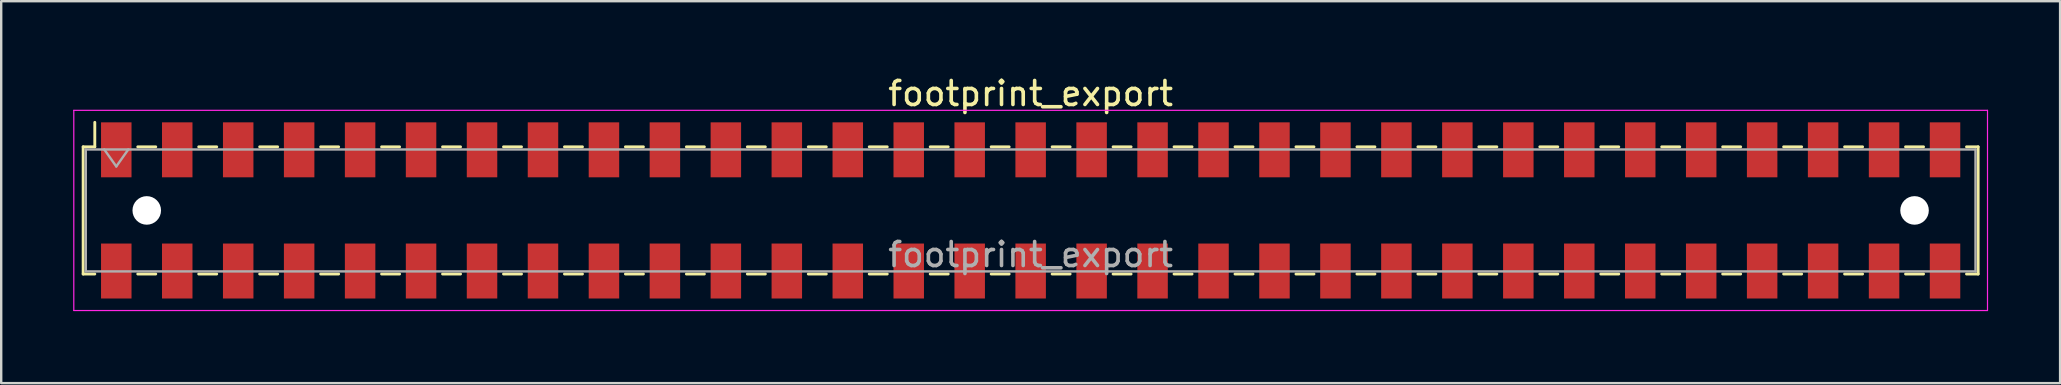
<source format=kicad_pcb>
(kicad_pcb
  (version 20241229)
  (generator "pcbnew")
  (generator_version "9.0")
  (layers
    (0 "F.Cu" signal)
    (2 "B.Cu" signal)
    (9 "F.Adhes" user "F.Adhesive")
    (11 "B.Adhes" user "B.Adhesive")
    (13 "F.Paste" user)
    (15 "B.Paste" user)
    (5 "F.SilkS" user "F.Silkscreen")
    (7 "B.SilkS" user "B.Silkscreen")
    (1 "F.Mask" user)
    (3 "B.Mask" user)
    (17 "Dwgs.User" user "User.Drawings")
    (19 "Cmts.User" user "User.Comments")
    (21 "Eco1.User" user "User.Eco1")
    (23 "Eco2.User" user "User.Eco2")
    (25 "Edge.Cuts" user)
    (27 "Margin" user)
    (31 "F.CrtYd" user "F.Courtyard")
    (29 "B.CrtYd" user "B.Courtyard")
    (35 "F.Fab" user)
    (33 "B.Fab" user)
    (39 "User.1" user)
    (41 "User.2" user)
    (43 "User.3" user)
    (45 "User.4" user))
  (footprint "footprint_export"
    (layer "F.Cu")
    (at 39.895 5.718)
    (property "Reference" "footprint_export" (at 0 -4.87 0) (layer "F.SilkS") (effects (font (size 1 1) (thickness 0.15))))
    (attr smd)
    (fp_line (start -39.48 -2.65) (end -39.48 2.65) (stroke (width 0.12) (type solid)) (layer "F.SilkS"))
    (fp_line (start -39.48 2.65) (end -38.995 2.65) (stroke (width 0.12) (type solid)) (layer "F.SilkS"))
    (fp_line (start -38.995 -3.67) (end -38.995 -2.65) (stroke (width 0.12) (type solid)) (layer "F.SilkS"))
    (fp_line (start -38.995 -2.65) (end -39.48 -2.65) (stroke (width 0.12) (type solid)) (layer "F.SilkS"))
    (fp_line (start -37.205 -2.65) (end -36.455 -2.65) (stroke (width 0.12) (type solid)) (layer "F.SilkS"))
    (fp_line (start -37.205 2.65) (end -36.455 2.65) (stroke (width 0.12) (type solid)) (layer "F.SilkS"))
    (fp_line (start -34.665 -2.65) (end -33.915 -2.65) (stroke (width 0.12) (type solid)) (layer "F.SilkS"))
    (fp_line (start -34.665 2.65) (end -33.915 2.65) (stroke (width 0.12) (type solid)) (layer "F.SilkS"))
    (fp_line (start -32.125 -2.65) (end -31.375 -2.65) (stroke (width 0.12) (type solid)) (layer "F.SilkS"))
    (fp_line (start -32.125 2.65) (end -31.375 2.65) (stroke (width 0.12) (type solid)) (layer "F.SilkS"))
    (fp_line (start -29.585 -2.65) (end -28.835 -2.65) (stroke (width 0.12) (type solid)) (layer "F.SilkS"))
    (fp_line (start -29.585 2.65) (end -28.835 2.65) (stroke (width 0.12) (type solid)) (layer "F.SilkS"))
    (fp_line (start -27.045 -2.65) (end -26.295 -2.65) (stroke (width 0.12) (type solid)) (layer "F.SilkS"))
    (fp_line (start -27.045 2.65) (end -26.295 2.65) (stroke (width 0.12) (type solid)) (layer "F.SilkS"))
    (fp_line (start -24.505 -2.65) (end -23.755 -2.65) (stroke (width 0.12) (type solid)) (layer "F.SilkS"))
    (fp_line (start -24.505 2.65) (end -23.755 2.65) (stroke (width 0.12) (type solid)) (layer "F.SilkS"))
    (fp_line (start -21.965 -2.65) (end -21.215 -2.65) (stroke (width 0.12) (type solid)) (layer "F.SilkS"))
    (fp_line (start -21.965 2.65) (end -21.215 2.65) (stroke (width 0.12) (type solid)) (layer "F.SilkS"))
    (fp_line (start -19.425 -2.65) (end -18.675 -2.65) (stroke (width 0.12) (type solid)) (layer "F.SilkS"))
    (fp_line (start -19.425 2.65) (end -18.675 2.65) (stroke (width 0.12) (type solid)) (layer "F.SilkS"))
    (fp_line (start -16.885 -2.65) (end -16.135 -2.65) (stroke (width 0.12) (type solid)) (layer "F.SilkS"))
    (fp_line (start -16.885 2.65) (end -16.135 2.65) (stroke (width 0.12) (type solid)) (layer "F.SilkS"))
    (fp_line (start -14.345 -2.65) (end -13.595 -2.65) (stroke (width 0.12) (type solid)) (layer "F.SilkS"))
    (fp_line (start -14.345 2.65) (end -13.595 2.65) (stroke (width 0.12) (type solid)) (layer "F.SilkS"))
    (fp_line (start -11.805 -2.65) (end -11.055 -2.65) (stroke (width 0.12) (type solid)) (layer "F.SilkS"))
    (fp_line (start -11.805 2.65) (end -11.055 2.65) (stroke (width 0.12) (type solid)) (layer "F.SilkS"))
    (fp_line (start -9.265 -2.65) (end -8.515 -2.65) (stroke (width 0.12) (type solid)) (layer "F.SilkS"))
    (fp_line (start -9.265 2.65) (end -8.515 2.65) (stroke (width 0.12) (type solid)) (layer "F.SilkS"))
    (fp_line (start -6.725 -2.65) (end -5.975 -2.65) (stroke (width 0.12) (type solid)) (layer "F.SilkS"))
    (fp_line (start -6.725 2.65) (end -5.975 2.65) (stroke (width 0.12) (type solid)) (layer "F.SilkS"))
    (fp_line (start -4.185 -2.65) (end -3.435 -2.65) (stroke (width 0.12) (type solid)) (layer "F.SilkS"))
    (fp_line (start -4.185 2.65) (end -3.435 2.65) (stroke (width 0.12) (type solid)) (layer "F.SilkS"))
    (fp_line (start -1.645 -2.65) (end -0.895 -2.65) (stroke (width 0.12) (type solid)) (layer "F.SilkS"))
    (fp_line (start -1.645 2.65) (end -0.895 2.65) (stroke (width 0.12) (type solid)) (layer "F.SilkS"))
    (fp_line (start 0.895 -2.65) (end 1.645 -2.65) (stroke (width 0.12) (type solid)) (layer "F.SilkS"))
    (fp_line (start 0.895 2.65) (end 1.645 2.65) (stroke (width 0.12) (type solid)) (layer "F.SilkS"))
    (fp_line (start 3.435 -2.65) (end 4.185 -2.65) (stroke (width 0.12) (type solid)) (layer "F.SilkS"))
    (fp_line (start 3.435 2.65) (end 4.185 2.65) (stroke (width 0.12) (type solid)) (layer "F.SilkS"))
    (fp_line (start 5.975 -2.65) (end 6.725 -2.65) (stroke (width 0.12) (type solid)) (layer "F.SilkS"))
    (fp_line (start 5.975 2.65) (end 6.725 2.65) (stroke (width 0.12) (type solid)) (layer "F.SilkS"))
    (fp_line (start 8.515 -2.65) (end 9.265 -2.65) (stroke (width 0.12) (type solid)) (layer "F.SilkS"))
    (fp_line (start 8.515 2.65) (end 9.265 2.65) (stroke (width 0.12) (type solid)) (layer "F.SilkS"))
    (fp_line (start 11.055 -2.65) (end 11.805 -2.65) (stroke (width 0.12) (type solid)) (layer "F.SilkS"))
    (fp_line (start 11.055 2.65) (end 11.805 2.65) (stroke (width 0.12) (type solid)) (layer "F.SilkS"))
    (fp_line (start 13.595 -2.65) (end 14.345 -2.65) (stroke (width 0.12) (type solid)) (layer "F.SilkS"))
    (fp_line (start 13.595 2.65) (end 14.345 2.65) (stroke (width 0.12) (type solid)) (layer "F.SilkS"))
    (fp_line (start 16.135 -2.65) (end 16.885 -2.65) (stroke (width 0.12) (type solid)) (layer "F.SilkS"))
    (fp_line (start 16.135 2.65) (end 16.885 2.65) (stroke (width 0.12) (type solid)) (layer "F.SilkS"))
    (fp_line (start 18.675 -2.65) (end 19.425 -2.65) (stroke (width 0.12) (type solid)) (layer "F.SilkS"))
    (fp_line (start 18.675 2.65) (end 19.425 2.65) (stroke (width 0.12) (type solid)) (layer "F.SilkS"))
    (fp_line (start 21.215 -2.65) (end 21.965 -2.65) (stroke (width 0.12) (type solid)) (layer "F.SilkS"))
    (fp_line (start 21.215 2.65) (end 21.965 2.65) (stroke (width 0.12) (type solid)) (layer "F.SilkS"))
    (fp_line (start 23.755 -2.65) (end 24.505 -2.65) (stroke (width 0.12) (type solid)) (layer "F.SilkS"))
    (fp_line (start 23.755 2.65) (end 24.505 2.65) (stroke (width 0.12) (type solid)) (layer "F.SilkS"))
    (fp_line (start 26.295 -2.65) (end 27.045 -2.65) (stroke (width 0.12) (type solid)) (layer "F.SilkS"))
    (fp_line (start 26.295 2.65) (end 27.045 2.65) (stroke (width 0.12) (type solid)) (layer "F.SilkS"))
    (fp_line (start 28.835 -2.65) (end 29.585 -2.65) (stroke (width 0.12) (type solid)) (layer "F.SilkS"))
    (fp_line (start 28.835 2.65) (end 29.585 2.65) (stroke (width 0.12) (type solid)) (layer "F.SilkS"))
    (fp_line (start 31.375 -2.65) (end 32.125 -2.65) (stroke (width 0.12) (type solid)) (layer "F.SilkS"))
    (fp_line (start 31.375 2.65) (end 32.125 2.65) (stroke (width 0.12) (type solid)) (layer "F.SilkS"))
    (fp_line (start 33.915 -2.65) (end 34.665 -2.65) (stroke (width 0.12) (type solid)) (layer "F.SilkS"))
    (fp_line (start 33.915 2.65) (end 34.665 2.65) (stroke (width 0.12) (type solid)) (layer "F.SilkS"))
    (fp_line (start 36.455 -2.65) (end 37.205 -2.65) (stroke (width 0.12) (type solid)) (layer "F.SilkS"))
    (fp_line (start 36.455 2.65) (end 37.205 2.65) (stroke (width 0.12) (type solid)) (layer "F.SilkS"))
    (fp_line (start 38.995 -2.65) (end 39.48 -2.65) (stroke (width 0.12) (type solid)) (layer "F.SilkS"))
    (fp_line (start 39.48 -2.65) (end 39.48 2.65) (stroke (width 0.12) (type solid)) (layer "F.SilkS"))
    (fp_line (start 39.48 2.65) (end 38.995 2.65) (stroke (width 0.12) (type solid)) (layer "F.SilkS"))
    (fp_line (start -39.87 -4.17) (end 39.87 -4.17) (stroke (width 0.05) (type solid)) (layer "F.CrtYd"))
    (fp_line (start -39.87 4.17) (end -39.87 -4.17) (stroke (width 0.05) (type solid)) (layer "F.CrtYd"))
    (fp_line (start 39.87 -4.17) (end 39.87 4.17) (stroke (width 0.05) (type solid)) (layer "F.CrtYd"))
    (fp_line (start 39.87 4.17) (end -39.87 4.17) (stroke (width 0.05) (type solid)) (layer "F.CrtYd"))
    (fp_line (start -39.37 -2.54) (end 39.37 -2.54) (stroke (width 0.1) (type solid)) (layer "F.Fab"))
    (fp_line (start -39.37 2.54) (end -39.37 -2.54) (stroke (width 0.1) (type solid)) (layer "F.Fab"))
    (fp_line (start -38.6 -2.54) (end -38.1 -1.833) (stroke (width 0.1) (type solid)) (layer "F.Fab"))
    (fp_line (start -38.1 -1.833) (end -37.6 -2.54) (stroke (width 0.1) (type solid)) (layer "F.Fab"))
    (fp_line (start 39.37 -2.54) (end 39.37 2.54) (stroke (width 0.1) (type solid)) (layer "F.Fab"))
    (fp_line (start 39.37 2.54) (end -39.37 2.54) (stroke (width 0.1) (type solid)) (layer "F.Fab"))
    (fp_text user "${REFERENCE}" (at 0 1.84 0) (layer "F.Fab") (effects (font (size 1 1) (thickness 0.15))))
    (pad "" np_thru_hole circle (at -36.83 0) (size 1.19 1.19) (drill 1.19) (layers "*.Cu" "*.Mask"))
    (pad "" np_thru_hole circle (at 36.83 0) (size 1.19 1.19) (drill 1.19) (layers "*.Cu" "*.Mask"))
    (pad "1" smd rect (at -38.1 -2.525) (size 1.27 2.29) (layers "F.Cu" "F.Mask" "F.Paste"))
    (pad "2" smd rect (at -38.1 2.525) (size 1.27 2.29) (layers "F.Cu" "F.Mask" "F.Paste"))
    (pad "3" smd rect (at -35.56 -2.525) (size 1.27 2.29) (layers "F.Cu" "F.Mask" "F.Paste"))
    (pad "4" smd rect (at -35.56 2.525) (size 1.27 2.29) (layers "F.Cu" "F.Mask" "F.Paste"))
    (pad "5" smd rect (at -33.02 -2.525) (size 1.27 2.29) (layers "F.Cu" "F.Mask" "F.Paste"))
    (pad "6" smd rect (at -33.02 2.525) (size 1.27 2.29) (layers "F.Cu" "F.Mask" "F.Paste"))
    (pad "7" smd rect (at -30.48 -2.525) (size 1.27 2.29) (layers "F.Cu" "F.Mask" "F.Paste"))
    (pad "8" smd rect (at -30.48 2.525) (size 1.27 2.29) (layers "F.Cu" "F.Mask" "F.Paste"))
    (pad "9" smd rect (at -27.94 -2.525) (size 1.27 2.29) (layers "F.Cu" "F.Mask" "F.Paste"))
    (pad "10" smd rect (at -27.94 2.525) (size 1.27 2.29) (layers "F.Cu" "F.Mask" "F.Paste"))
    (pad "11" smd rect (at -25.4 -2.525) (size 1.27 2.29) (layers "F.Cu" "F.Mask" "F.Paste"))
    (pad "12" smd rect (at -25.4 2.525) (size 1.27 2.29) (layers "F.Cu" "F.Mask" "F.Paste"))
    (pad "13" smd rect (at -22.86 -2.525) (size 1.27 2.29) (layers "F.Cu" "F.Mask" "F.Paste"))
    (pad "14" smd rect (at -22.86 2.525) (size 1.27 2.29) (layers "F.Cu" "F.Mask" "F.Paste"))
    (pad "15" smd rect (at -20.32 -2.525) (size 1.27 2.29) (layers "F.Cu" "F.Mask" "F.Paste"))
    (pad "16" smd rect (at -20.32 2.525) (size 1.27 2.29) (layers "F.Cu" "F.Mask" "F.Paste"))
    (pad "17" smd rect (at -17.78 -2.525) (size 1.27 2.29) (layers "F.Cu" "F.Mask" "F.Paste"))
    (pad "18" smd rect (at -17.78 2.525) (size 1.27 2.29) (layers "F.Cu" "F.Mask" "F.Paste"))
    (pad "19" smd rect (at -15.24 -2.525) (size 1.27 2.29) (layers "F.Cu" "F.Mask" "F.Paste"))
    (pad "20" smd rect (at -15.24 2.525) (size 1.27 2.29) (layers "F.Cu" "F.Mask" "F.Paste"))
    (pad "21" smd rect (at -12.7 -2.525) (size 1.27 2.29) (layers "F.Cu" "F.Mask" "F.Paste"))
    (pad "22" smd rect (at -12.7 2.525) (size 1.27 2.29) (layers "F.Cu" "F.Mask" "F.Paste"))
    (pad "23" smd rect (at -10.16 -2.525) (size 1.27 2.29) (layers "F.Cu" "F.Mask" "F.Paste"))
    (pad "24" smd rect (at -10.16 2.525) (size 1.27 2.29) (layers "F.Cu" "F.Mask" "F.Paste"))
    (pad "25" smd rect (at -7.62 -2.525) (size 1.27 2.29) (layers "F.Cu" "F.Mask" "F.Paste"))
    (pad "26" smd rect (at -7.62 2.525) (size 1.27 2.29) (layers "F.Cu" "F.Mask" "F.Paste"))
    (pad "27" smd rect (at -5.08 -2.525) (size 1.27 2.29) (layers "F.Cu" "F.Mask" "F.Paste"))
    (pad "28" smd rect (at -5.08 2.525) (size 1.27 2.29) (layers "F.Cu" "F.Mask" "F.Paste"))
    (pad "29" smd rect (at -2.54 -2.525) (size 1.27 2.29) (layers "F.Cu" "F.Mask" "F.Paste"))
    (pad "30" smd rect (at -2.54 2.525) (size 1.27 2.29) (layers "F.Cu" "F.Mask" "F.Paste"))
    (pad "31" smd rect (at 0 -2.525) (size 1.27 2.29) (layers "F.Cu" "F.Mask" "F.Paste"))
    (pad "32" smd rect (at 0 2.525) (size 1.27 2.29) (layers "F.Cu" "F.Mask" "F.Paste"))
    (pad "33" smd rect (at 2.54 -2.525) (size 1.27 2.29) (layers "F.Cu" "F.Mask" "F.Paste"))
    (pad "34" smd rect (at 2.54 2.525) (size 1.27 2.29) (layers "F.Cu" "F.Mask" "F.Paste"))
    (pad "35" smd rect (at 5.08 -2.525) (size 1.27 2.29) (layers "F.Cu" "F.Mask" "F.Paste"))
    (pad "36" smd rect (at 5.08 2.525) (size 1.27 2.29) (layers "F.Cu" "F.Mask" "F.Paste"))
    (pad "37" smd rect (at 7.62 -2.525) (size 1.27 2.29) (layers "F.Cu" "F.Mask" "F.Paste"))
    (pad "38" smd rect (at 7.62 2.525) (size 1.27 2.29) (layers "F.Cu" "F.Mask" "F.Paste"))
    (pad "39" smd rect (at 10.16 -2.525) (size 1.27 2.29) (layers "F.Cu" "F.Mask" "F.Paste"))
    (pad "40" smd rect (at 10.16 2.525) (size 1.27 2.29) (layers "F.Cu" "F.Mask" "F.Paste"))
    (pad "41" smd rect (at 12.7 -2.525) (size 1.27 2.29) (layers "F.Cu" "F.Mask" "F.Paste"))
    (pad "42" smd rect (at 12.7 2.525) (size 1.27 2.29) (layers "F.Cu" "F.Mask" "F.Paste"))
    (pad "43" smd rect (at 15.24 -2.525) (size 1.27 2.29) (layers "F.Cu" "F.Mask" "F.Paste"))
    (pad "44" smd rect (at 15.24 2.525) (size 1.27 2.29) (layers "F.Cu" "F.Mask" "F.Paste"))
    (pad "45" smd rect (at 17.78 -2.525) (size 1.27 2.29) (layers "F.Cu" "F.Mask" "F.Paste"))
    (pad "46" smd rect (at 17.78 2.525) (size 1.27 2.29) (layers "F.Cu" "F.Mask" "F.Paste"))
    (pad "47" smd rect (at 20.32 -2.525) (size 1.27 2.29) (layers "F.Cu" "F.Mask" "F.Paste"))
    (pad "48" smd rect (at 20.32 2.525) (size 1.27 2.29) (layers "F.Cu" "F.Mask" "F.Paste"))
    (pad "49" smd rect (at 22.86 -2.525) (size 1.27 2.29) (layers "F.Cu" "F.Mask" "F.Paste"))
    (pad "50" smd rect (at 22.86 2.525) (size 1.27 2.29) (layers "F.Cu" "F.Mask" "F.Paste"))
    (pad "51" smd rect (at 25.4 -2.525) (size 1.27 2.29) (layers "F.Cu" "F.Mask" "F.Paste"))
    (pad "52" smd rect (at 25.4 2.525) (size 1.27 2.29) (layers "F.Cu" "F.Mask" "F.Paste"))
    (pad "53" smd rect (at 27.94 -2.525) (size 1.27 2.29) (layers "F.Cu" "F.Mask" "F.Paste"))
    (pad "54" smd rect (at 27.94 2.525) (size 1.27 2.29) (layers "F.Cu" "F.Mask" "F.Paste"))
    (pad "55" smd rect (at 30.48 -2.525) (size 1.27 2.29) (layers "F.Cu" "F.Mask" "F.Paste"))
    (pad "56" smd rect (at 30.48 2.525) (size 1.27 2.29) (layers "F.Cu" "F.Mask" "F.Paste"))
    (pad "57" smd rect (at 33.02 -2.525) (size 1.27 2.29) (layers "F.Cu" "F.Mask" "F.Paste"))
    (pad "58" smd rect (at 33.02 2.525) (size 1.27 2.29) (layers "F.Cu" "F.Mask" "F.Paste"))
    (pad "59" smd rect (at 35.56 -2.525) (size 1.27 2.29) (layers "F.Cu" "F.Mask" "F.Paste"))
    (pad "60" smd rect (at 35.56 2.525) (size 1.27 2.29) (layers "F.Cu" "F.Mask" "F.Paste"))
    (pad "61" smd rect (at 38.1 -2.525) (size 1.27 2.29) (layers "F.Cu" "F.Mask" "F.Paste"))
    (pad "62" smd rect (at 38.1 2.525) (size 1.27 2.29) (layers "F.Cu" "F.Mask" "F.Paste")))
  (gr_rect
    (start -3 -3)
    (end 82.79 12.913)
    (stroke (width 0.1) (type default))
    (fill no)
    (layer "Edge.Cuts")))
</source>
